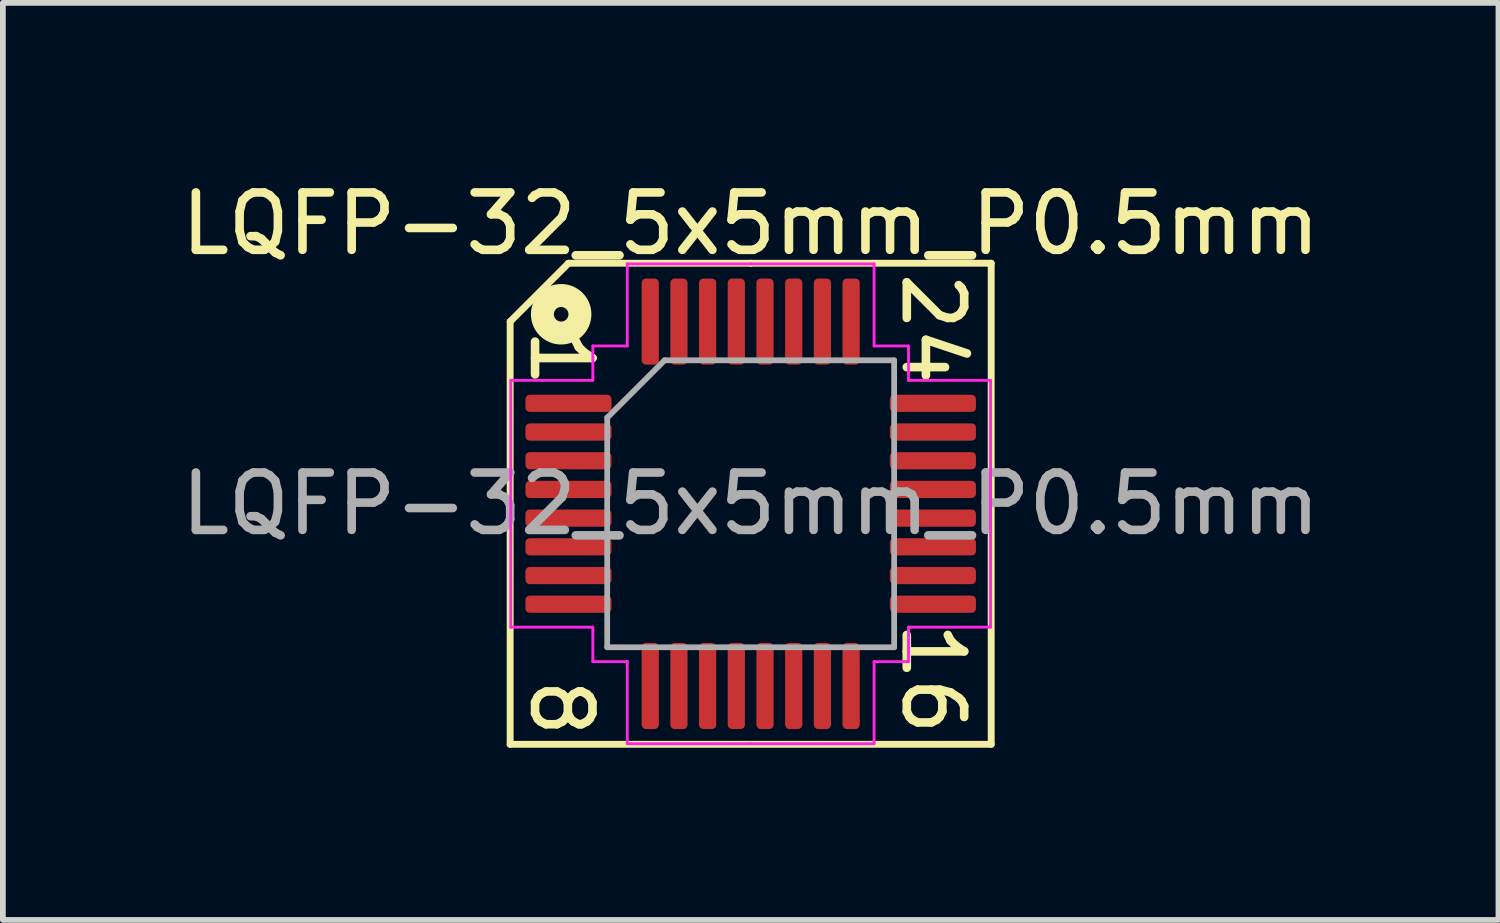
<source format=kicad_pcb>
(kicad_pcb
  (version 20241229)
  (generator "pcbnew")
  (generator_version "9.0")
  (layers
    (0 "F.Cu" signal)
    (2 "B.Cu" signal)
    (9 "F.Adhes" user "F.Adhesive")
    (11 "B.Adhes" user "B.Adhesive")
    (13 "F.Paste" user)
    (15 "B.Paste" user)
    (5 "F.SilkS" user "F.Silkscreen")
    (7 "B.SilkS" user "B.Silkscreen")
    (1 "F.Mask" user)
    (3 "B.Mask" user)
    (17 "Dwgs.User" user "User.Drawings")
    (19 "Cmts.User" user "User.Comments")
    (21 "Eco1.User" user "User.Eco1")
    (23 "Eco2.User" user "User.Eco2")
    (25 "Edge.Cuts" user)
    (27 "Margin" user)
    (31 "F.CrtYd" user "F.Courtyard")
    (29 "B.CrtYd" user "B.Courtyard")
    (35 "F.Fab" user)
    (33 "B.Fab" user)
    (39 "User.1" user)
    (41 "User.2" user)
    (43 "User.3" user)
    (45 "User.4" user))
  (footprint "LQFP-32_5x5mm_P0.5mm"
    (layer "F.Cu")
    (at 10.03 5.728)
    (property "Reference" "LQFP-32_5x5mm_P0.5mm" (at 0 -4.88 0) (layer "F.SilkS") (effects (font (size 1 1) (thickness 0.15))))
    (attr smd)
    (fp_line (start -4.191 -3.175) (end -4.191 4.191) (stroke (width 0.12) (type solid)) (layer "F.SilkS"))
    (fp_line (start -4.191 4.191) (end 4.191 4.191) (stroke (width 0.12) (type solid)) (layer "F.SilkS"))
    (fp_line (start -3.175 -4.191) (end -4.191 -3.175) (stroke (width 0.12) (type solid)) (layer "F.SilkS"))
    (fp_line (start 0 -4.191) (end -3.175 -4.191) (stroke (width 0.12) (type solid)) (layer "F.SilkS"))
    (fp_line (start 4.191 -4.191) (end 0 -4.191) (stroke (width 0.12) (type solid)) (layer "F.SilkS"))
    (fp_line (start 4.191 4.191) (end 4.191 -4.191) (stroke (width 0.12) (type solid)) (layer "F.SilkS"))
    (fp_circle (center -3.302 -3.302) (end -3.175 -3.302) (stroke (width 0.4) (type solid)) (fill no) (layer "F.SilkS"))
    (fp_line (start -4.18 -2.15) (end -4.18 0) (stroke (width 0.05) (type solid)) (layer "F.CrtYd"))
    (fp_line (start -4.18 2.15) (end -4.18 0) (stroke (width 0.05) (type solid)) (layer "F.CrtYd"))
    (fp_line (start -2.75 -2.75) (end -2.75 -2.15) (stroke (width 0.05) (type solid)) (layer "F.CrtYd"))
    (fp_line (start -2.75 -2.15) (end -4.18 -2.15) (stroke (width 0.05) (type solid)) (layer "F.CrtYd"))
    (fp_line (start -2.75 2.15) (end -4.18 2.15) (stroke (width 0.05) (type solid)) (layer "F.CrtYd"))
    (fp_line (start -2.75 2.75) (end -2.75 2.15) (stroke (width 0.05) (type solid)) (layer "F.CrtYd"))
    (fp_line (start -2.15 -4.18) (end -2.15 -2.75) (stroke (width 0.05) (type solid)) (layer "F.CrtYd"))
    (fp_line (start -2.15 -2.75) (end -2.75 -2.75) (stroke (width 0.05) (type solid)) (layer "F.CrtYd"))
    (fp_line (start -2.15 2.75) (end -2.75 2.75) (stroke (width 0.05) (type solid)) (layer "F.CrtYd"))
    (fp_line (start -2.15 4.18) (end -2.15 2.75) (stroke (width 0.05) (type solid)) (layer "F.CrtYd"))
    (fp_line (start 0 -4.18) (end -2.15 -4.18) (stroke (width 0.05) (type solid)) (layer "F.CrtYd"))
    (fp_line (start 0 -4.18) (end 2.15 -4.18) (stroke (width 0.05) (type solid)) (layer "F.CrtYd"))
    (fp_line (start 0 4.18) (end -2.15 4.18) (stroke (width 0.05) (type solid)) (layer "F.CrtYd"))
    (fp_line (start 0 4.18) (end 2.15 4.18) (stroke (width 0.05) (type solid)) (layer "F.CrtYd"))
    (fp_line (start 2.15 -4.18) (end 2.15 -2.75) (stroke (width 0.05) (type solid)) (layer "F.CrtYd"))
    (fp_line (start 2.15 -2.75) (end 2.75 -2.75) (stroke (width 0.05) (type solid)) (layer "F.CrtYd"))
    (fp_line (start 2.15 2.75) (end 2.75 2.75) (stroke (width 0.05) (type solid)) (layer "F.CrtYd"))
    (fp_line (start 2.15 4.18) (end 2.15 2.75) (stroke (width 0.05) (type solid)) (layer "F.CrtYd"))
    (fp_line (start 2.75 -2.75) (end 2.75 -2.15) (stroke (width 0.05) (type solid)) (layer "F.CrtYd"))
    (fp_line (start 2.75 -2.15) (end 4.18 -2.15) (stroke (width 0.05) (type solid)) (layer "F.CrtYd"))
    (fp_line (start 2.75 2.15) (end 4.18 2.15) (stroke (width 0.05) (type solid)) (layer "F.CrtYd"))
    (fp_line (start 2.75 2.75) (end 2.75 2.15) (stroke (width 0.05) (type solid)) (layer "F.CrtYd"))
    (fp_line (start 4.18 -2.15) (end 4.18 0) (stroke (width 0.05) (type solid)) (layer "F.CrtYd"))
    (fp_line (start 4.18 2.15) (end 4.18 0) (stroke (width 0.05) (type solid)) (layer "F.CrtYd"))
    (fp_line (start -2.5 -1.5) (end -1.5 -2.5) (stroke (width 0.1) (type solid)) (layer "F.Fab"))
    (fp_line (start -2.5 2.5) (end -2.5 -1.5) (stroke (width 0.1) (type solid)) (layer "F.Fab"))
    (fp_line (start -1.5 -2.5) (end 2.5 -2.5) (stroke (width 0.1) (type solid)) (layer "F.Fab"))
    (fp_line (start 2.5 -2.5) (end 2.5 2.5) (stroke (width 0.1) (type solid)) (layer "F.Fab"))
    (fp_line (start 2.5 2.5) (end -2.5 2.5) (stroke (width 0.1) (type solid)) (layer "F.Fab"))
    (fp_text user "16" (at 3.175 3.048 270) (unlocked yes) (layer "F.SilkS") (effects (font (size 1 1) (thickness 0.15))))
    (fp_text user "8" (at -3.302 3.556 270) (unlocked yes) (layer "F.SilkS") (effects (font (size 1 1) (thickness 0.15))))
    (fp_text user "24" (at 3.175 -3.048 270) (unlocked yes) (layer "F.SilkS") (effects (font (size 1 1) (thickness 0.15))))
    (fp_text user "1" (at -3.302 -2.54 270) (unlocked yes) (layer "F.SilkS") (effects (font (size 1 1) (thickness 0.15))))
    (fp_text user "${REFERENCE}" (at 0 0 0) (layer "F.Fab") (effects (font (size 1 1) (thickness 0.15))))
    (pad "1" smd roundrect (at -3.175 -1.75) (size 1.5 0.3) (layers "F.Cu" "F.Mask" "F.Paste") (roundrect_rratio 0.25))
    (pad "2" smd roundrect (at -3.175 -1.25) (size 1.5 0.3) (layers "F.Cu" "F.Mask" "F.Paste") (roundrect_rratio 0.25))
    (pad "3" smd roundrect (at -3.175 -0.75) (size 1.5 0.3) (layers "F.Cu" "F.Mask" "F.Paste") (roundrect_rratio 0.25))
    (pad "4" smd roundrect (at -3.175 -0.25) (size 1.5 0.3) (layers "F.Cu" "F.Mask" "F.Paste") (roundrect_rratio 0.25))
    (pad "5" smd roundrect (at -3.175 0.25) (size 1.5 0.3) (layers "F.Cu" "F.Mask" "F.Paste") (roundrect_rratio 0.25))
    (pad "6" smd roundrect (at -3.175 0.75) (size 1.5 0.3) (layers "F.Cu" "F.Mask" "F.Paste") (roundrect_rratio 0.25))
    (pad "7" smd roundrect (at -3.175 1.25) (size 1.5 0.3) (layers "F.Cu" "F.Mask" "F.Paste") (roundrect_rratio 0.25))
    (pad "8" smd roundrect (at -3.175 1.75) (size 1.5 0.3) (layers "F.Cu" "F.Mask" "F.Paste") (roundrect_rratio 0.25))
    (pad "9" smd roundrect (at -1.75 3.175) (size 0.3 1.5) (layers "F.Cu" "F.Mask" "F.Paste") (roundrect_rratio 0.25))
    (pad "10" smd roundrect (at -1.25 3.175) (size 0.3 1.5) (layers "F.Cu" "F.Mask" "F.Paste") (roundrect_rratio 0.25))
    (pad "11" smd roundrect (at -0.75 3.175) (size 0.3 1.5) (layers "F.Cu" "F.Mask" "F.Paste") (roundrect_rratio 0.25))
    (pad "12" smd roundrect (at -0.25 3.175) (size 0.3 1.5) (layers "F.Cu" "F.Mask" "F.Paste") (roundrect_rratio 0.25))
    (pad "13" smd roundrect (at 0.25 3.175) (size 0.3 1.5) (layers "F.Cu" "F.Mask" "F.Paste") (roundrect_rratio 0.25))
    (pad "14" smd roundrect (at 0.75 3.175) (size 0.3 1.5) (layers "F.Cu" "F.Mask" "F.Paste") (roundrect_rratio 0.25))
    (pad "15" smd roundrect (at 1.25 3.175) (size 0.3 1.5) (layers "F.Cu" "F.Mask" "F.Paste") (roundrect_rratio 0.25))
    (pad "16" smd roundrect (at 1.75 3.175) (size 0.3 1.5) (layers "F.Cu" "F.Mask" "F.Paste") (roundrect_rratio 0.25))
    (pad "17" smd roundrect (at 3.175 1.75) (size 1.5 0.3) (layers "F.Cu" "F.Mask" "F.Paste") (roundrect_rratio 0.25))
    (pad "18" smd roundrect (at 3.175 1.25) (size 1.5 0.3) (layers "F.Cu" "F.Mask" "F.Paste") (roundrect_rratio 0.25))
    (pad "19" smd roundrect (at 3.175 0.75) (size 1.5 0.3) (layers "F.Cu" "F.Mask" "F.Paste") (roundrect_rratio 0.25))
    (pad "20" smd roundrect (at 3.175 0.25) (size 1.5 0.3) (layers "F.Cu" "F.Mask" "F.Paste") (roundrect_rratio 0.25))
    (pad "21" smd roundrect (at 3.175 -0.25) (size 1.5 0.3) (layers "F.Cu" "F.Mask" "F.Paste") (roundrect_rratio 0.25))
    (pad "22" smd roundrect (at 3.175 -0.75) (size 1.5 0.3) (layers "F.Cu" "F.Mask" "F.Paste") (roundrect_rratio 0.25))
    (pad "23" smd roundrect (at 3.175 -1.25) (size 1.5 0.3) (layers "F.Cu" "F.Mask" "F.Paste") (roundrect_rratio 0.25))
    (pad "24" smd roundrect (at 3.175 -1.75) (size 1.5 0.3) (layers "F.Cu" "F.Mask" "F.Paste") (roundrect_rratio 0.25))
    (pad "25" smd roundrect (at 1.75 -3.175) (size 0.3 1.5) (layers "F.Cu" "F.Mask" "F.Paste") (roundrect_rratio 0.25))
    (pad "26" smd roundrect (at 1.25 -3.175) (size 0.3 1.5) (layers "F.Cu" "F.Mask" "F.Paste") (roundrect_rratio 0.25))
    (pad "27" smd roundrect (at 0.75 -3.175) (size 0.3 1.5) (layers "F.Cu" "F.Mask" "F.Paste") (roundrect_rratio 0.25))
    (pad "28" smd roundrect (at 0.25 -3.175) (size 0.3 1.5) (layers "F.Cu" "F.Mask" "F.Paste") (roundrect_rratio 0.25))
    (pad "29" smd roundrect (at -0.25 -3.175) (size 0.3 1.5) (layers "F.Cu" "F.Mask" "F.Paste") (roundrect_rratio 0.25))
    (pad "30" smd roundrect (at -0.75 -3.175) (size 0.3 1.5) (layers "F.Cu" "F.Mask" "F.Paste") (roundrect_rratio 0.25))
    (pad "31" smd roundrect (at -1.25 -3.175) (size 0.3 1.5) (layers "F.Cu" "F.Mask" "F.Paste") (roundrect_rratio 0.25))
    (pad "32" smd roundrect (at -1.75 -3.175) (size 0.3 1.5) (layers "F.Cu" "F.Mask" "F.Paste") (roundrect_rratio 0.25)))
  (gr_rect
    (start -3 -3)
    (end 23.06 12.979)
    (stroke (width 0.1) (type default))
    (fill no)
    (layer "Edge.Cuts")))
</source>
